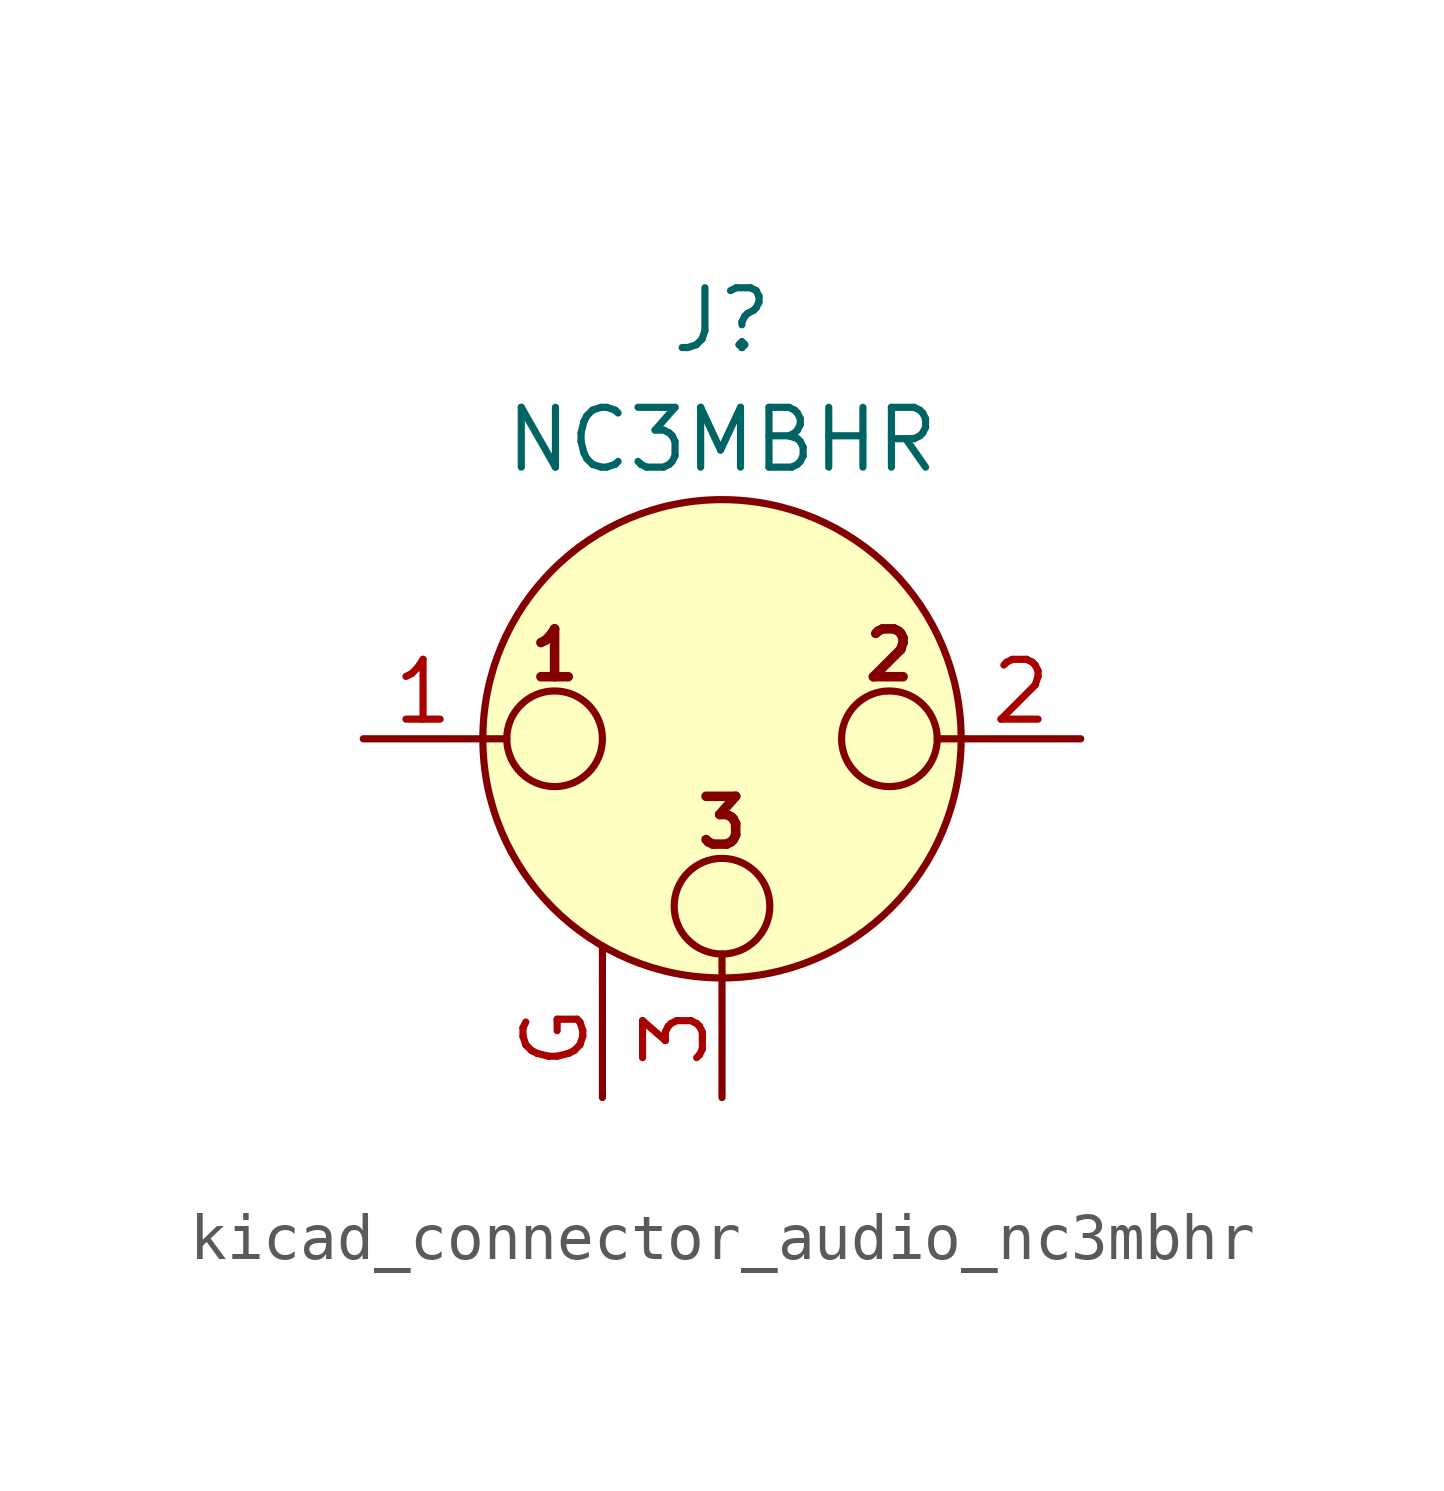
<source format=kicad_sym>
(kicad_symbol_lib
  (version 20220914)
  (generator kicad_symbol_editor)
  (symbol "kicad_connector_audio_nc3mbhr"
    (pin_names hide)
    (property "Reference" "J"
      (at 0 8.89 0)
      (effects (font (size 1.27 1.27))))
    (property "Value" "NC3MBHR"
      (at 0 6.35 0)
      (effects (font (size 1.27 1.27))))
    (symbol "kicad_connector_audio_nc3mbhr_0_1"
      (circle (center -3.556 0) (radius 1.016) (stroke (width 0) (type default)) (fill (type none)))
      (circle (center 0 -3.556) (radius 1.016) (stroke (width 0) (type default)) (fill (type none)))
      (polyline (pts (xy -5.08 0) (xy -4.572 0)) (stroke (width 0) (type default)) (fill (type none)))
      (polyline (pts (xy -2.54 -5.08) (xy -2.54 -4.445)) (stroke (width 0) (type default)) (fill (type none)))
      (polyline (pts (xy 0 -5.08) (xy 0 -4.572)) (stroke (width 0) (type default)) (fill (type none)))
      (polyline (pts (xy 5.08 0) (xy 4.572 0)) (stroke (width 0) (type default)) (fill (type none)))
      (circle (center 0 0) (radius 5.08) (stroke (width 0) (type default)) (fill (type background)))
      (circle (center 3.556 0) (radius 1.016) (stroke (width 0) (type default)) (fill (type none)))
      (text "1" (at -3.556 1.778 0) (effects (font (size 1.016 1.016) bold)))
      (text "2" (at 3.556 1.778 0) (effects (font (size 1.016 1.016) bold)))
      (text "3" (at 0 -1.778 0) (effects (font (size 1.016 1.016) bold)))
      (pin passive line (at -7.62 0 0) (length 2.54) (name "~" (effects (font (size 1.27 1.27)))) (number "1" (effects (font (size 1.27 1.27)))))
      (pin passive line (at 7.62 0 180) (length 2.54) (name "~" (effects (font (size 1.27 1.27)))) (number "2" (effects (font (size 1.27 1.27)))))
      (pin passive line (at 0 -7.62 90) (length 2.54) (name "~" (effects (font (size 1.27 1.27)))) (number "3" (effects (font (size 1.27 1.27))))))
    (symbol "kicad_connector_audio_nc3mbhr_1_1"
      (pin passive line (at -2.54 -7.62 90) (length 2.54) (name "~" (effects (font (size 1.27 1.27)))) (number "G" (effects (font (size 1.27 1.27))))))))
</source>
